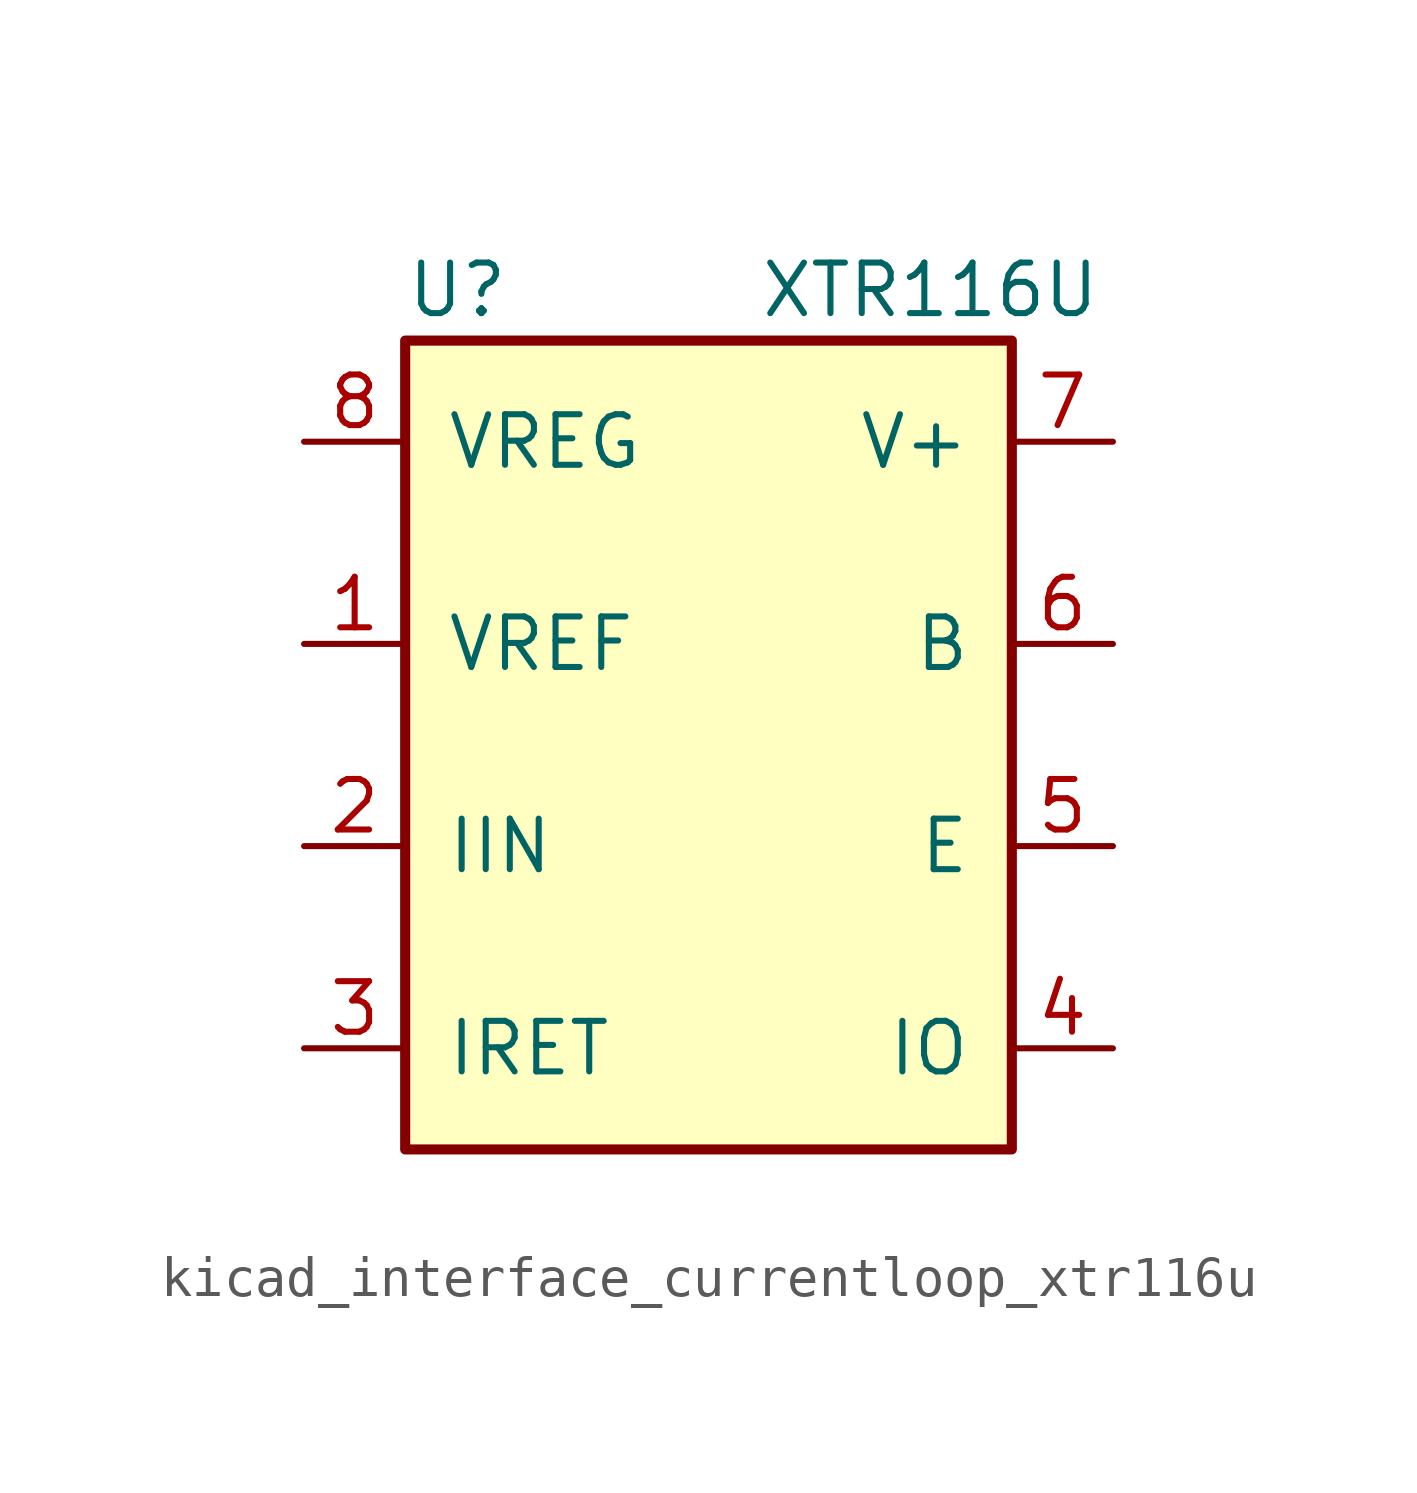
<source format=kicad_sym>
(kicad_symbol_lib
  (version 20220914)
  (generator kicad_symbol_editor)
  (symbol "kicad_interface_currentloop_xtr116u"
    (pin_names
      (offset 1.016))
    (property "Reference" "U"
      (at -7.62 13.97 0)
      (effects (font (size 1.27 1.27)) (justify left)))
    (property "Value" "XTR116U"
      (at 1.27 13.97 0)
      (effects (font (size 1.27 1.27)) (justify left)))
    (symbol "kicad_interface_currentloop_xtr116u_0_1"
      (rectangle (start -7.62 12.7) (end 7.62 -7.62) (stroke (width 0.254) (type default)) (fill (type background))))
    (symbol "kicad_interface_currentloop_xtr116u_1_1"
      (pin output line (at -10.16 5.08 0) (length 2.54) (name "VREF" (effects (font (size 1.27 1.27)))) (number "1" (effects (font (size 1.27 1.27)))))
      (pin input line (at -10.16 0 0) (length 2.54) (name "IIN" (effects (font (size 1.27 1.27)))) (number "2" (effects (font (size 1.27 1.27)))))
      (pin input line (at -10.16 -5.08 0) (length 2.54) (name "IRET" (effects (font (size 1.27 1.27)))) (number "3" (effects (font (size 1.27 1.27)))))
      (pin passive line (at 10.16 -5.08 180) (length 2.54) (name "IO" (effects (font (size 1.27 1.27)))) (number "4" (effects (font (size 1.27 1.27)))))
      (pin passive line (at 10.16 0 180) (length 2.54) (name "E" (effects (font (size 1.27 1.27)))) (number "5" (effects (font (size 1.27 1.27)))))
      (pin output line (at 10.16 5.08 180) (length 2.54) (name "B" (effects (font (size 1.27 1.27)))) (number "6" (effects (font (size 1.27 1.27)))))
      (pin output line (at 10.16 10.16 180) (length 2.54) (name "V+" (effects (font (size 1.27 1.27)))) (number "7" (effects (font (size 1.27 1.27)))))
      (pin output line (at -10.16 10.16 0) (length 2.54) (name "VREG" (effects (font (size 1.27 1.27)))) (number "8" (effects (font (size 1.27 1.27))))))))
</source>
